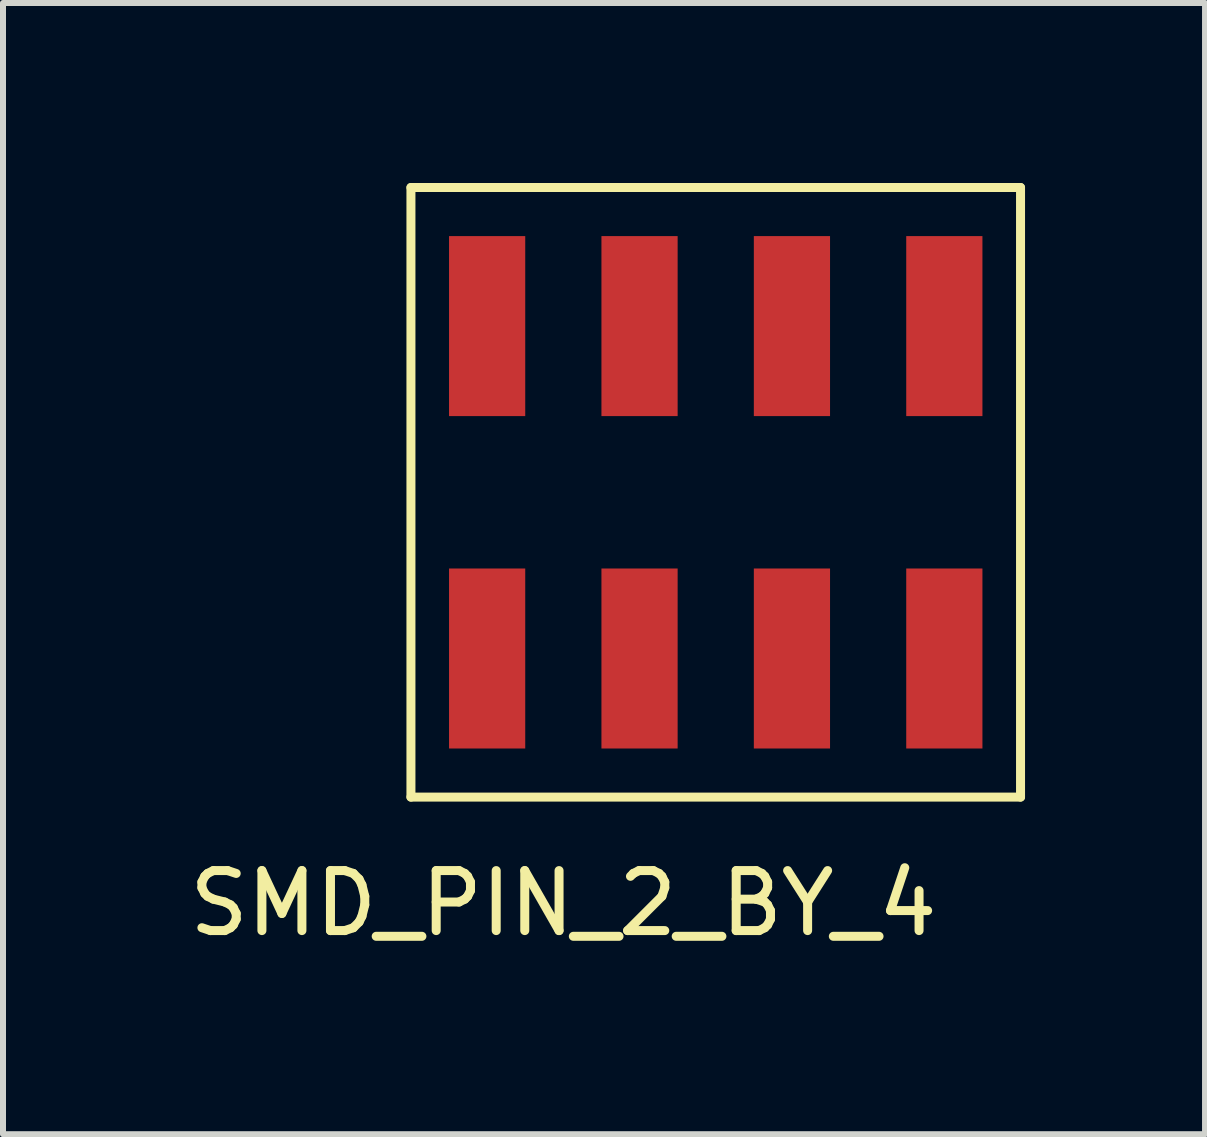
<source format=kicad_pcb>
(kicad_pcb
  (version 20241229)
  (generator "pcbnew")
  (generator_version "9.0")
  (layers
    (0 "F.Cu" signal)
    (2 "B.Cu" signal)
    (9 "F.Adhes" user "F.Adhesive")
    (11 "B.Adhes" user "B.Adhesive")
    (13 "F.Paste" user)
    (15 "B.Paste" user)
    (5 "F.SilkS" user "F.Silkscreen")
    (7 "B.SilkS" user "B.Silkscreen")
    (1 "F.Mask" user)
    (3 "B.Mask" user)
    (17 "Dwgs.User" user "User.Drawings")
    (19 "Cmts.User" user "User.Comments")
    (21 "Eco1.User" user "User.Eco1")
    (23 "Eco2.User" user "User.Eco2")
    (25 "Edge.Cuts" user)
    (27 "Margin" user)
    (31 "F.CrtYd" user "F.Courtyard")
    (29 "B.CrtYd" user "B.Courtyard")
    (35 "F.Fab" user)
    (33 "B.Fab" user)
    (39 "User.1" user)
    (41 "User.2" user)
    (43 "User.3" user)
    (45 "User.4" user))
  (footprint "SMD_PIN_2_BY_4"
    (layer "F.Cu")
    (at 5.069 3.885)
    (property "Reference" "SMD_PIN_2_BY_4" (at 1.27 8.12 0) (layer "F.SilkS") (effects (font (size 1 1) (thickness 0.15))))
    (attr through_hole)
    (fp_line (start -1.27 -3.81) (end 8.89 -3.81) (stroke (width 0.15) (type solid)) (layer "F.SilkS"))
    (fp_line (start -1.27 6.35) (end -1.27 -3.81) (stroke (width 0.15) (type solid)) (layer "F.SilkS"))
    (fp_line (start 8.89 -3.81) (end 8.89 6.35) (stroke (width 0.15) (type solid)) (layer "F.SilkS"))
    (fp_line (start 8.89 6.35) (end -1.27 6.35) (stroke (width 0.15) (type solid)) (layer "F.SilkS"))
    (pad "1" smd rect (at 0 4.04) (size 1.27 3) (layers "F.Cu" "F.Mask" "F.Paste"))
    (pad "2" smd rect (at 0 -1.5) (size 1.27 3) (layers "F.Cu" "F.Mask" "F.Paste"))
    (pad "3" smd rect (at 2.54 4.04) (size 1.27 3) (layers "F.Cu" "F.Mask" "F.Paste"))
    (pad "4" smd rect (at 2.54 -1.5) (size 1.27 3) (layers "F.Cu" "F.Mask" "F.Paste"))
    (pad "5" smd rect (at 5.08 4.04) (size 1.27 3) (layers "F.Cu" "F.Mask" "F.Paste"))
    (pad "6" smd rect (at 5.08 -1.5) (size 1.27 3) (layers "F.Cu" "F.Mask" "F.Paste"))
    (pad "7" smd rect (at 7.62 4.04) (size 1.27 3) (layers "F.Cu" "F.Mask" "F.Paste"))
    (pad "8" smd rect (at 7.62 -1.5) (size 1.27 3) (layers "F.Cu" "F.Mask" "F.Paste")))
  (gr_rect
    (start -3 -3)
    (end 17.034 15.853)
    (stroke (width 0.1) (type default))
    (fill no)
    (layer "Edge.Cuts")))
</source>
